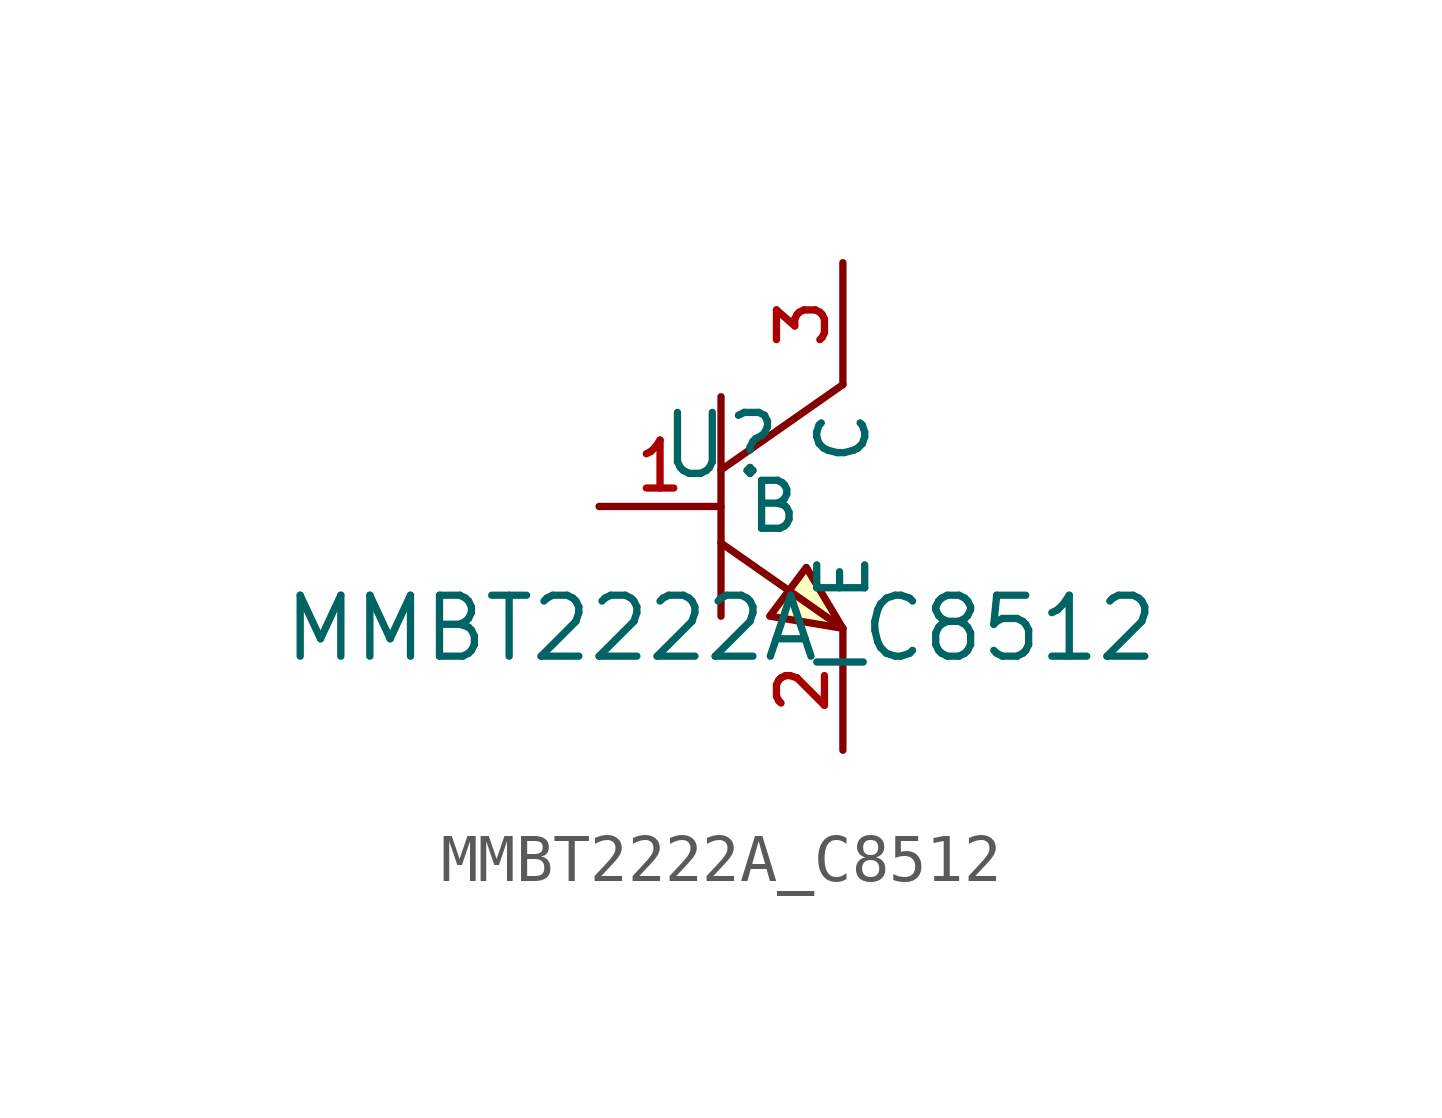
<source format=kicad_sym>
(kicad_symbol_lib
  (version 20210201)
  (generator TousstNicolas/JLC2KiCad_lib)
  (symbol "MMBT2222A_C8512"
    (property "Reference" "U"
      (at 0 1.27 0)
      (effects (font (size 1.27 1.27))))
    (property "Value" "MMBT2222A_C8512"
      (at 0 -2.54 0)
      (effects (font (size 1.27 1.27))))
    (symbol "MMBT2222A_C8512_0_1"
      (pin unspecified line (at 2.54 5.08 270) (length 2.54) (name "C" (effects (font (size 1 1)))) (number "3" (effects (font (size 1 1)))))
      (pin unspecified line (at -2.54 -0.0 0) (length 2.54) (name "B" (effects (font (size 1 1)))) (number "1" (effects (font (size 1 1)))))
      (pin unspecified line (at 2.54 -5.08 90) (length 2.54) (name "E" (effects (font (size 1 1)))) (number "2" (effects (font (size 1 1)))))
      (polyline (pts (xy 2.54 2.54) (xy 0.0 0.762)) (stroke (width 0) (type default) (color 0 0 0 0)) (fill (type none)))
      (polyline (pts (xy 0.0 -0.762) (xy 2.54 -2.54)) (stroke (width 0) (type default) (color 0 0 0 0)) (fill (type none)))
      (polyline (pts (xy 0.0 2.286) (xy 0.0 -2.286)) (stroke (width 0) (type default) (color 0 0 0 0)) (fill (type none)))
      (polyline (pts (xy 2.54 -2.54) (xy 1.778 -1.27) (xy 1.016 -2.286) (xy 2.54 -2.54)) (stroke (width 0) (type default) (color 0 0 0 0)) (fill (type background))))))
</source>
